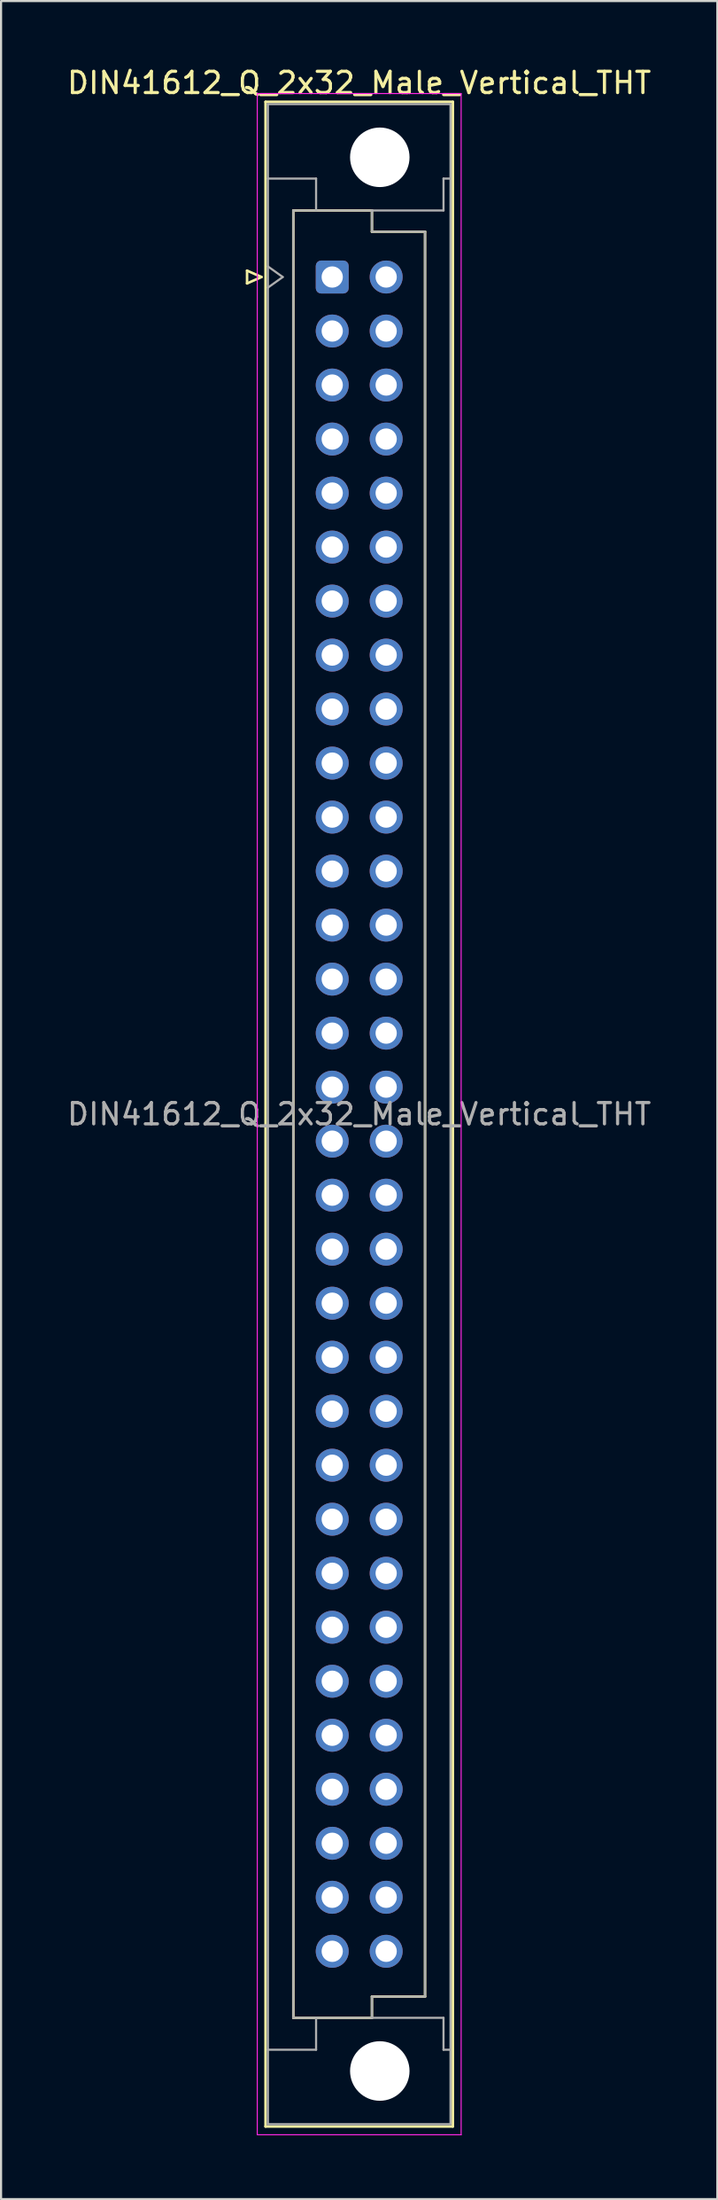
<source format=kicad_pcb>
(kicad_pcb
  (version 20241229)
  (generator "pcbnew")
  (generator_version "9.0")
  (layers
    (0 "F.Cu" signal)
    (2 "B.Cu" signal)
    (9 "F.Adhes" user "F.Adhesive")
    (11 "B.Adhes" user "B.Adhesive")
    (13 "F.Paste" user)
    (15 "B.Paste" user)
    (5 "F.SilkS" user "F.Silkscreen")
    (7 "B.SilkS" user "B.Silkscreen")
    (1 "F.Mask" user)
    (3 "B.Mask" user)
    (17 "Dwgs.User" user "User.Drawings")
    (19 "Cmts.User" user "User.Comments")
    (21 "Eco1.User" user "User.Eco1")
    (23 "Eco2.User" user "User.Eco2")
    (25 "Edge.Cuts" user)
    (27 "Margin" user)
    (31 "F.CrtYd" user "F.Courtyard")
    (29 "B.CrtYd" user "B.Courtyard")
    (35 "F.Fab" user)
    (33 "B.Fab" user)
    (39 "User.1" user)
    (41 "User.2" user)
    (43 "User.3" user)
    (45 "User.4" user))
  (footprint "DIN41612_Q_2x32_Male_Vertical_THT"
    (layer "F.Cu")
    (at 12.593 9.978)
    (property "Reference" "DIN41612_Q_2x32_Male_Vertical_THT" (at 1.27 -9.13 0) (layer "F.SilkS") (effects (font (size 1 1) (thickness 0.15))))
    (attr through_hole)
    (fp_line (start -4.01 -0.3) (end -4.01 0.3) (stroke (width 0.12) (type solid)) (layer "F.SilkS"))
    (fp_line (start -4.01 0.3) (end -3.33 0) (stroke (width 0.12) (type solid)) (layer "F.SilkS"))
    (fp_line (start -3.33 0) (end -4.01 -0.3) (stroke (width 0.12) (type solid)) (layer "F.SilkS"))
    (fp_line (start -3.14 -8.24) (end 5.68 -8.24) (stroke (width 0.12) (type solid)) (layer "F.SilkS"))
    (fp_line (start -3.14 86.98) (end -3.14 -8.24) (stroke (width 0.12) (type solid)) (layer "F.SilkS"))
    (fp_line (start -1.83 -3.131) (end 1.87 -3.131) (stroke (width 0.12) (type solid)) (layer "F.SilkS"))
    (fp_line (start -1.83 81.87) (end -1.83 -3.131) (stroke (width 0.12) (type solid)) (layer "F.SilkS"))
    (fp_line (start 1.87 -3.131) (end 1.87 -2.131) (stroke (width 0.12) (type solid)) (layer "F.SilkS"))
    (fp_line (start 1.87 -2.131) (end 4.37 -2.131) (stroke (width 0.12) (type solid)) (layer "F.SilkS"))
    (fp_line (start 1.87 80.87) (end 1.87 81.87) (stroke (width 0.12) (type solid)) (layer "F.SilkS"))
    (fp_line (start 1.87 81.87) (end -1.83 81.87) (stroke (width 0.12) (type solid)) (layer "F.SilkS"))
    (fp_line (start 4.37 -2.131) (end 4.37 80.87) (stroke (width 0.12) (type solid)) (layer "F.SilkS"))
    (fp_line (start 4.37 80.87) (end 1.87 80.87) (stroke (width 0.12) (type solid)) (layer "F.SilkS"))
    (fp_line (start 5.68 -8.24) (end 5.68 86.98) (stroke (width 0.12) (type solid)) (layer "F.SilkS"))
    (fp_line (start 5.68 86.98) (end -3.14 86.98) (stroke (width 0.12) (type solid)) (layer "F.SilkS"))
    (fp_line (start -3.53 -8.63) (end 6.07 -8.63) (stroke (width 0.05) (type solid)) (layer "F.CrtYd"))
    (fp_line (start -3.53 87.37) (end -3.53 -8.63) (stroke (width 0.05) (type solid)) (layer "F.CrtYd"))
    (fp_line (start 6.07 -8.63) (end 6.07 87.37) (stroke (width 0.05) (type solid)) (layer "F.CrtYd"))
    (fp_line (start 6.07 87.37) (end -3.53 87.37) (stroke (width 0.05) (type solid)) (layer "F.CrtYd"))
    (fp_line (start -3.03 -8.13) (end 5.57 -8.13) (stroke (width 0.1) (type solid)) (layer "F.Fab"))
    (fp_line (start -3.03 -4.63) (end -0.76 -4.63) (stroke (width 0.1) (type solid)) (layer "F.Fab"))
    (fp_line (start -3.03 -0.5) (end -2.33 0) (stroke (width 0.1) (type solid)) (layer "F.Fab"))
    (fp_line (start -3.03 83.37) (end -0.76 83.37) (stroke (width 0.1) (type solid)) (layer "F.Fab"))
    (fp_line (start -3.03 86.87) (end -3.03 -8.13) (stroke (width 0.1) (type solid)) (layer "F.Fab"))
    (fp_line (start -2.33 0) (end -3.03 0.5) (stroke (width 0.1) (type solid)) (layer "F.Fab"))
    (fp_line (start -1.83 -3.13) (end 1.87 -3.13) (stroke (width 0.1) (type solid)) (layer "F.Fab"))
    (fp_line (start -1.83 81.87) (end -1.83 -3.13) (stroke (width 0.1) (type solid)) (layer "F.Fab"))
    (fp_line (start -0.76 -4.63) (end -0.76 -3.13) (stroke (width 0.1) (type solid)) (layer "F.Fab"))
    (fp_line (start -0.76 83.37) (end -0.76 81.87) (stroke (width 0.1) (type solid)) (layer "F.Fab"))
    (fp_line (start 1.87 -3.13) (end 1.87 -2.13) (stroke (width 0.1) (type solid)) (layer "F.Fab"))
    (fp_line (start 1.87 -3.13) (end 5.24 -3.13) (stroke (width 0.1) (type solid)) (layer "F.Fab"))
    (fp_line (start 1.87 -2.13) (end 4.37 -2.13) (stroke (width 0.1) (type solid)) (layer "F.Fab"))
    (fp_line (start 1.87 80.87) (end 1.87 81.87) (stroke (width 0.1) (type solid)) (layer "F.Fab"))
    (fp_line (start 1.87 81.87) (end -1.83 81.87) (stroke (width 0.1) (type solid)) (layer "F.Fab"))
    (fp_line (start 1.87 81.87) (end 5.24 81.87) (stroke (width 0.1) (type solid)) (layer "F.Fab"))
    (fp_line (start 4.37 -2.13) (end 4.37 80.87) (stroke (width 0.1) (type solid)) (layer "F.Fab"))
    (fp_line (start 4.37 80.87) (end 1.87 80.87) (stroke (width 0.1) (type solid)) (layer "F.Fab"))
    (fp_line (start 5.24 -4.63) (end 5.57 -4.63) (stroke (width 0.1) (type solid)) (layer "F.Fab"))
    (fp_line (start 5.24 -3.13) (end 5.24 -4.63) (stroke (width 0.1) (type solid)) (layer "F.Fab"))
    (fp_line (start 5.24 81.87) (end 5.24 83.37) (stroke (width 0.1) (type solid)) (layer "F.Fab"))
    (fp_line (start 5.24 83.37) (end 5.57 83.37) (stroke (width 0.1) (type solid)) (layer "F.Fab"))
    (fp_line (start 5.57 -8.13) (end 5.57 86.87) (stroke (width 0.1) (type solid)) (layer "F.Fab"))
    (fp_line (start 5.57 86.87) (end -3.03 86.87) (stroke (width 0.1) (type solid)) (layer "F.Fab"))
    (fp_text user "${REFERENCE}" (at 1.27 39.37 0) (layer "F.Fab") (effects (font (size 1 1) (thickness 0.15))))
    (pad "" np_thru_hole circle (at 2.24 -5.63) (size 2.8 2.8) (drill 2.8) (layers "*.Cu" "*.Mask"))
    (pad "" np_thru_hole circle (at 2.24 84.37) (size 2.8 2.8) (drill 2.8) (layers "*.Cu" "*.Mask"))
    (pad "a1" thru_hole roundrect (at 0 0) (size 1.55 1.55) (drill 1) (layers "*.Cu" "*.Mask") (roundrect_rratio 0.161))
    (pad "a2" thru_hole circle (at 0 2.54) (size 1.55 1.55) (drill 1) (layers "*.Cu" "*.Mask"))
    (pad "a3" thru_hole circle (at 0 5.08) (size 1.55 1.55) (drill 1) (layers "*.Cu" "*.Mask"))
    (pad "a4" thru_hole circle (at 0 7.62) (size 1.55 1.55) (drill 1) (layers "*.Cu" "*.Mask"))
    (pad "a5" thru_hole circle (at 0 10.16) (size 1.55 1.55) (drill 1) (layers "*.Cu" "*.Mask"))
    (pad "a6" thru_hole circle (at 0 12.7) (size 1.55 1.55) (drill 1) (layers "*.Cu" "*.Mask"))
    (pad "a7" thru_hole circle (at 0 15.24) (size 1.55 1.55) (drill 1) (layers "*.Cu" "*.Mask"))
    (pad "a8" thru_hole circle (at 0 17.78) (size 1.55 1.55) (drill 1) (layers "*.Cu" "*.Mask"))
    (pad "a9" thru_hole circle (at 0 20.32) (size 1.55 1.55) (drill 1) (layers "*.Cu" "*.Mask"))
    (pad "a10" thru_hole circle (at 0 22.86) (size 1.55 1.55) (drill 1) (layers "*.Cu" "*.Mask"))
    (pad "a11" thru_hole circle (at 0 25.4) (size 1.55 1.55) (drill 1) (layers "*.Cu" "*.Mask"))
    (pad "a12" thru_hole circle (at 0 27.94) (size 1.55 1.55) (drill 1) (layers "*.Cu" "*.Mask"))
    (pad "a13" thru_hole circle (at 0 30.48) (size 1.55 1.55) (drill 1) (layers "*.Cu" "*.Mask"))
    (pad "a14" thru_hole circle (at 0 33.02) (size 1.55 1.55) (drill 1) (layers "*.Cu" "*.Mask"))
    (pad "a15" thru_hole circle (at 0 35.56) (size 1.55 1.55) (drill 1) (layers "*.Cu" "*.Mask"))
    (pad "a16" thru_hole circle (at 0 38.1) (size 1.55 1.55) (drill 1) (layers "*.Cu" "*.Mask"))
    (pad "a17" thru_hole circle (at 0 40.64) (size 1.55 1.55) (drill 1) (layers "*.Cu" "*.Mask"))
    (pad "a18" thru_hole circle (at 0 43.18) (size 1.55 1.55) (drill 1) (layers "*.Cu" "*.Mask"))
    (pad "a19" thru_hole circle (at 0 45.72) (size 1.55 1.55) (drill 1) (layers "*.Cu" "*.Mask"))
    (pad "a20" thru_hole circle (at 0 48.26) (size 1.55 1.55) (drill 1) (layers "*.Cu" "*.Mask"))
    (pad "a21" thru_hole circle (at 0 50.8) (size 1.55 1.55) (drill 1) (layers "*.Cu" "*.Mask"))
    (pad "a22" thru_hole circle (at 0 53.34) (size 1.55 1.55) (drill 1) (layers "*.Cu" "*.Mask"))
    (pad "a23" thru_hole circle (at 0 55.88) (size 1.55 1.55) (drill 1) (layers "*.Cu" "*.Mask"))
    (pad "a24" thru_hole circle (at 0 58.42) (size 1.55 1.55) (drill 1) (layers "*.Cu" "*.Mask"))
    (pad "a25" thru_hole circle (at 0 60.96) (size 1.55 1.55) (drill 1) (layers "*.Cu" "*.Mask"))
    (pad "a26" thru_hole circle (at 0 63.5) (size 1.55 1.55) (drill 1) (layers "*.Cu" "*.Mask"))
    (pad "a27" thru_hole circle (at 0 66.04) (size 1.55 1.55) (drill 1) (layers "*.Cu" "*.Mask"))
    (pad "a28" thru_hole circle (at 0 68.58) (size 1.55 1.55) (drill 1) (layers "*.Cu" "*.Mask"))
    (pad "a29" thru_hole circle (at 0 71.12) (size 1.55 1.55) (drill 1) (layers "*.Cu" "*.Mask"))
    (pad "a30" thru_hole circle (at 0 73.66) (size 1.55 1.55) (drill 1) (layers "*.Cu" "*.Mask"))
    (pad "a31" thru_hole circle (at 0 76.2) (size 1.55 1.55) (drill 1) (layers "*.Cu" "*.Mask"))
    (pad "a32" thru_hole circle (at 0 78.74) (size 1.55 1.55) (drill 1) (layers "*.Cu" "*.Mask"))
    (pad "b1" thru_hole circle (at 2.54 0) (size 1.55 1.55) (drill 1) (layers "*.Cu" "*.Mask"))
    (pad "b2" thru_hole circle (at 2.54 2.54) (size 1.55 1.55) (drill 1) (layers "*.Cu" "*.Mask"))
    (pad "b3" thru_hole circle (at 2.54 5.08) (size 1.55 1.55) (drill 1) (layers "*.Cu" "*.Mask"))
    (pad "b4" thru_hole circle (at 2.54 7.62) (size 1.55 1.55) (drill 1) (layers "*.Cu" "*.Mask"))
    (pad "b5" thru_hole circle (at 2.54 10.16) (size 1.55 1.55) (drill 1) (layers "*.Cu" "*.Mask"))
    (pad "b6" thru_hole circle (at 2.54 12.7) (size 1.55 1.55) (drill 1) (layers "*.Cu" "*.Mask"))
    (pad "b7" thru_hole circle (at 2.54 15.24) (size 1.55 1.55) (drill 1) (layers "*.Cu" "*.Mask"))
    (pad "b8" thru_hole circle (at 2.54 17.78) (size 1.55 1.55) (drill 1) (layers "*.Cu" "*.Mask"))
    (pad "b9" thru_hole circle (at 2.54 20.32) (size 1.55 1.55) (drill 1) (layers "*.Cu" "*.Mask"))
    (pad "b10" thru_hole circle (at 2.54 22.86) (size 1.55 1.55) (drill 1) (layers "*.Cu" "*.Mask"))
    (pad "b11" thru_hole circle (at 2.54 25.4) (size 1.55 1.55) (drill 1) (layers "*.Cu" "*.Mask"))
    (pad "b12" thru_hole circle (at 2.54 27.94) (size 1.55 1.55) (drill 1) (layers "*.Cu" "*.Mask"))
    (pad "b13" thru_hole circle (at 2.54 30.48) (size 1.55 1.55) (drill 1) (layers "*.Cu" "*.Mask"))
    (pad "b14" thru_hole circle (at 2.54 33.02) (size 1.55 1.55) (drill 1) (layers "*.Cu" "*.Mask"))
    (pad "b15" thru_hole circle (at 2.54 35.56) (size 1.55 1.55) (drill 1) (layers "*.Cu" "*.Mask"))
    (pad "b16" thru_hole circle (at 2.54 38.1) (size 1.55 1.55) (drill 1) (layers "*.Cu" "*.Mask"))
    (pad "b17" thru_hole circle (at 2.54 40.64) (size 1.55 1.55) (drill 1) (layers "*.Cu" "*.Mask"))
    (pad "b18" thru_hole circle (at 2.54 43.18) (size 1.55 1.55) (drill 1) (layers "*.Cu" "*.Mask"))
    (pad "b19" thru_hole circle (at 2.54 45.72) (size 1.55 1.55) (drill 1) (layers "*.Cu" "*.Mask"))
    (pad "b20" thru_hole circle (at 2.54 48.26) (size 1.55 1.55) (drill 1) (layers "*.Cu" "*.Mask"))
    (pad "b21" thru_hole circle (at 2.54 50.8) (size 1.55 1.55) (drill 1) (layers "*.Cu" "*.Mask"))
    (pad "b22" thru_hole circle (at 2.54 53.34) (size 1.55 1.55) (drill 1) (layers "*.Cu" "*.Mask"))
    (pad "b23" thru_hole circle (at 2.54 55.88) (size 1.55 1.55) (drill 1) (layers "*.Cu" "*.Mask"))
    (pad "b24" thru_hole circle (at 2.54 58.42) (size 1.55 1.55) (drill 1) (layers "*.Cu" "*.Mask"))
    (pad "b25" thru_hole circle (at 2.54 60.96) (size 1.55 1.55) (drill 1) (layers "*.Cu" "*.Mask"))
    (pad "b26" thru_hole circle (at 2.54 63.5) (size 1.55 1.55) (drill 1) (layers "*.Cu" "*.Mask"))
    (pad "b27" thru_hole circle (at 2.54 66.04) (size 1.55 1.55) (drill 1) (layers "*.Cu" "*.Mask"))
    (pad "b28" thru_hole circle (at 2.54 68.58) (size 1.55 1.55) (drill 1) (layers "*.Cu" "*.Mask"))
    (pad "b29" thru_hole circle (at 2.54 71.12) (size 1.55 1.55) (drill 1) (layers "*.Cu" "*.Mask"))
    (pad "b30" thru_hole circle (at 2.54 73.66) (size 1.55 1.55) (drill 1) (layers "*.Cu" "*.Mask"))
    (pad "b31" thru_hole circle (at 2.54 76.2) (size 1.55 1.55) (drill 1) (layers "*.Cu" "*.Mask"))
    (pad "b32" thru_hole circle (at 2.54 78.74) (size 1.55 1.55) (drill 1) (layers "*.Cu" "*.Mask")))
  (gr_rect
    (start -3 -3)
    (end 30.726 100.373)
    (stroke (width 0.1) (type default))
    (fill no)
    (layer "Edge.Cuts")))
</source>
